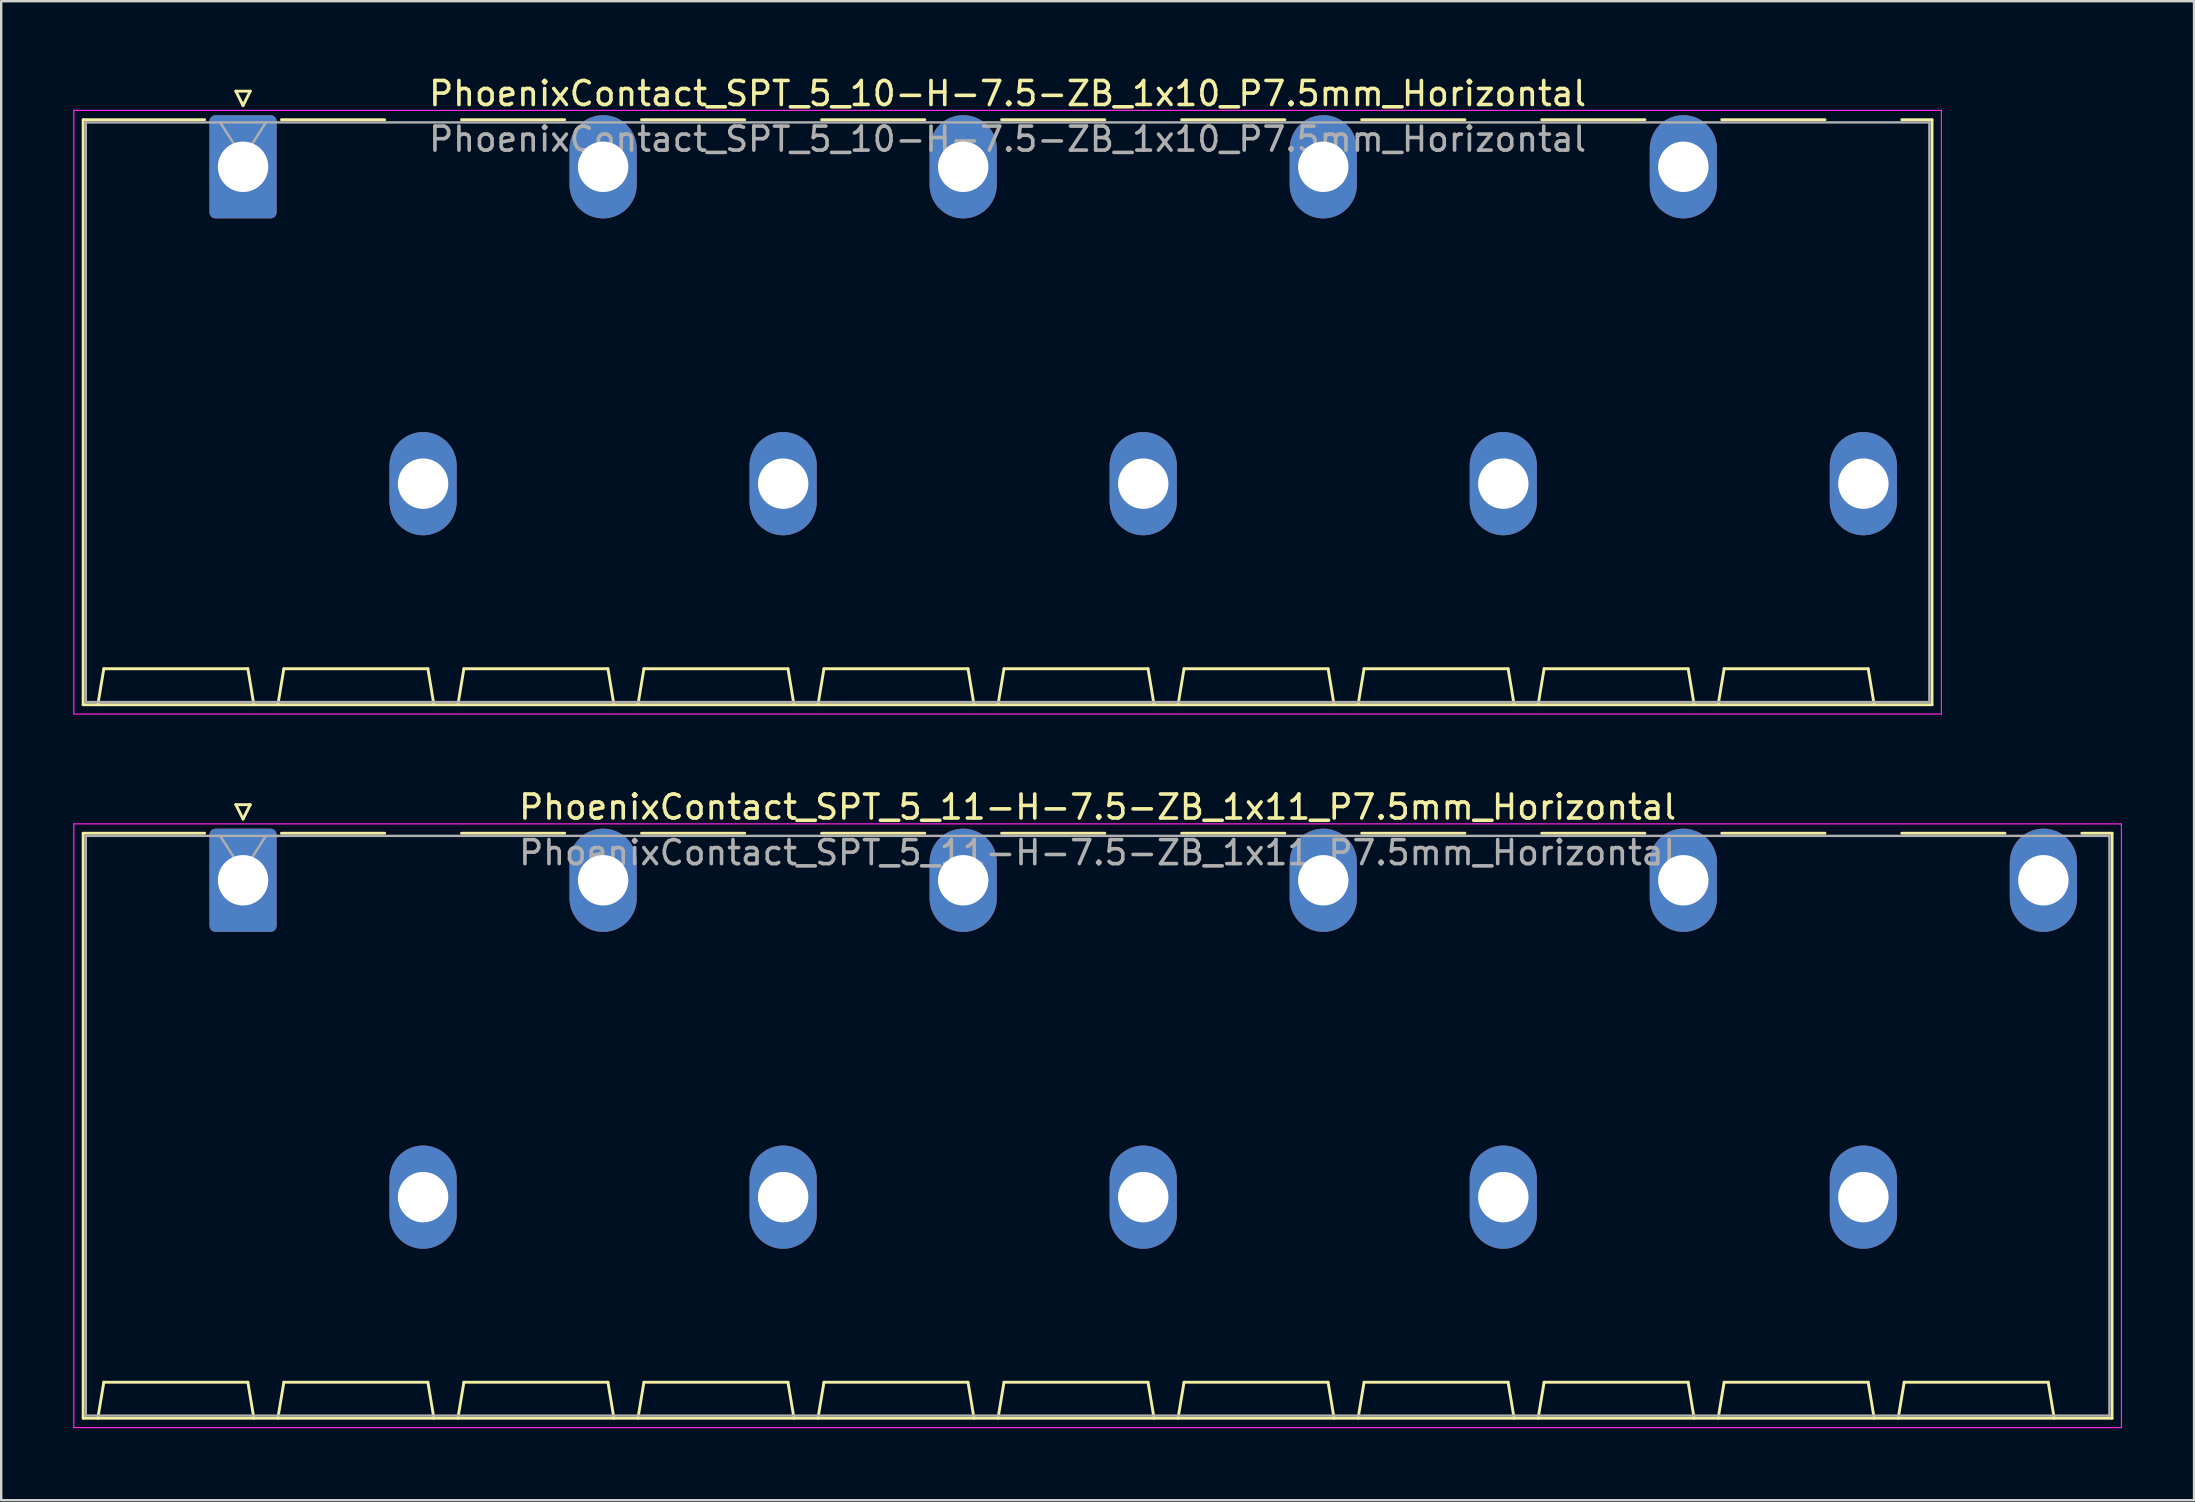
<source format=kicad_pcb>
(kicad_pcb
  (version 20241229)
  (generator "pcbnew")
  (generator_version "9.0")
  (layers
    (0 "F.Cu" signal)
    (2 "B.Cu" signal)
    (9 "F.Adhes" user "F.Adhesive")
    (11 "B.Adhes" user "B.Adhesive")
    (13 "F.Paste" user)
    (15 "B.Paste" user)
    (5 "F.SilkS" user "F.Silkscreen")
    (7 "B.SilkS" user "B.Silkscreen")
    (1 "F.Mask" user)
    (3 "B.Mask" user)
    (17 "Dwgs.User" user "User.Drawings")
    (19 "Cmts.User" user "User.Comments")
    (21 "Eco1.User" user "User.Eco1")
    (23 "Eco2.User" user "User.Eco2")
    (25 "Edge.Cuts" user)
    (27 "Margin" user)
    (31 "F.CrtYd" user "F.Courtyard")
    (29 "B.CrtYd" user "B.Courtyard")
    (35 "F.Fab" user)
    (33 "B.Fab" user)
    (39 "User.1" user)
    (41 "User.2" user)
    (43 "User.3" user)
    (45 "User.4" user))
  (footprint "PhoenixContact_SPT_5_11-H-7.5-ZB_1x11_P7.5mm_Horizontal"
    (layer "F.Cu")
    (at 7.075 33.621)
    (property "Reference" "PhoenixContact_SPT_5_11-H-7.5-ZB_1x11_P7.5mm_Horizontal" (at 35.6 -3.05 0) (layer "F.SilkS") (effects (font (size 1 1) (thickness 0.15))))
    (attr through_hole)
    (fp_line (start -6.66 -1.96) (end -1.6 -1.96) (stroke (width 0.12) (type solid)) (layer "F.SilkS"))
    (fp_line (start -6.66 22.41) (end -6.66 -1.96) (stroke (width 0.12) (type solid)) (layer "F.SilkS"))
    (fp_line (start -6.05 22.41) (end -5.8 20.91) (stroke (width 0.12) (type solid)) (layer "F.SilkS"))
    (fp_line (start -5.8 20.91) (end 0.2 20.91) (stroke (width 0.12) (type solid)) (layer "F.SilkS"))
    (fp_line (start -0.3 -3.15) (end 0 -2.55) (stroke (width 0.12) (type solid)) (layer "F.SilkS"))
    (fp_line (start -0.3 -3.15) (end 0.3 -3.15) (stroke (width 0.12) (type solid)) (layer "F.SilkS"))
    (fp_line (start 0.3 -3.15) (end 0 -2.55) (stroke (width 0.12) (type solid)) (layer "F.SilkS"))
    (fp_line (start 0.45 22.41) (end 0.2 20.91) (stroke (width 0.12) (type solid)) (layer "F.SilkS"))
    (fp_line (start 1.45 22.41) (end 1.7 20.91) (stroke (width 0.12) (type solid)) (layer "F.SilkS"))
    (fp_line (start 1.6 -1.96) (end 5.9 -1.96) (stroke (width 0.12) (type solid)) (layer "F.SilkS"))
    (fp_line (start 1.7 20.91) (end 7.7 20.91) (stroke (width 0.12) (type solid)) (layer "F.SilkS"))
    (fp_line (start 7.95 22.41) (end 7.7 20.91) (stroke (width 0.12) (type solid)) (layer "F.SilkS"))
    (fp_line (start 8.95 22.41) (end 9.2 20.91) (stroke (width 0.12) (type solid)) (layer "F.SilkS"))
    (fp_line (start 9.1 -1.96) (end 13.4 -1.96) (stroke (width 0.12) (type solid)) (layer "F.SilkS"))
    (fp_line (start 9.2 20.91) (end 15.2 20.91) (stroke (width 0.12) (type solid)) (layer "F.SilkS"))
    (fp_line (start 15.45 22.41) (end 15.2 20.91) (stroke (width 0.12) (type solid)) (layer "F.SilkS"))
    (fp_line (start 16.45 22.41) (end 16.7 20.91) (stroke (width 0.12) (type solid)) (layer "F.SilkS"))
    (fp_line (start 16.6 -1.96) (end 20.9 -1.96) (stroke (width 0.12) (type solid)) (layer "F.SilkS"))
    (fp_line (start 16.7 20.91) (end 22.7 20.91) (stroke (width 0.12) (type solid)) (layer "F.SilkS"))
    (fp_line (start 22.95 22.41) (end 22.7 20.91) (stroke (width 0.12) (type solid)) (layer "F.SilkS"))
    (fp_line (start 23.95 22.41) (end 24.2 20.91) (stroke (width 0.12) (type solid)) (layer "F.SilkS"))
    (fp_line (start 24.1 -1.96) (end 28.4 -1.96) (stroke (width 0.12) (type solid)) (layer "F.SilkS"))
    (fp_line (start 24.2 20.91) (end 30.2 20.91) (stroke (width 0.12) (type solid)) (layer "F.SilkS"))
    (fp_line (start 30.45 22.41) (end 30.2 20.91) (stroke (width 0.12) (type solid)) (layer "F.SilkS"))
    (fp_line (start 31.45 22.41) (end 31.7 20.91) (stroke (width 0.12) (type solid)) (layer "F.SilkS"))
    (fp_line (start 31.6 -1.96) (end 35.9 -1.96) (stroke (width 0.12) (type solid)) (layer "F.SilkS"))
    (fp_line (start 31.7 20.91) (end 37.7 20.91) (stroke (width 0.12) (type solid)) (layer "F.SilkS"))
    (fp_line (start 37.95 22.41) (end 37.7 20.91) (stroke (width 0.12) (type solid)) (layer "F.SilkS"))
    (fp_line (start 38.95 22.41) (end 39.2 20.91) (stroke (width 0.12) (type solid)) (layer "F.SilkS"))
    (fp_line (start 39.1 -1.96) (end 43.4 -1.96) (stroke (width 0.12) (type solid)) (layer "F.SilkS"))
    (fp_line (start 39.2 20.91) (end 45.2 20.91) (stroke (width 0.12) (type solid)) (layer "F.SilkS"))
    (fp_line (start 45.45 22.41) (end 45.2 20.91) (stroke (width 0.12) (type solid)) (layer "F.SilkS"))
    (fp_line (start 46.45 22.41) (end 46.7 20.91) (stroke (width 0.12) (type solid)) (layer "F.SilkS"))
    (fp_line (start 46.6 -1.96) (end 50.9 -1.96) (stroke (width 0.12) (type solid)) (layer "F.SilkS"))
    (fp_line (start 46.7 20.91) (end 52.7 20.91) (stroke (width 0.12) (type solid)) (layer "F.SilkS"))
    (fp_line (start 52.95 22.41) (end 52.7 20.91) (stroke (width 0.12) (type solid)) (layer "F.SilkS"))
    (fp_line (start 53.95 22.41) (end 54.2 20.91) (stroke (width 0.12) (type solid)) (layer "F.SilkS"))
    (fp_line (start 54.1 -1.96) (end 58.4 -1.96) (stroke (width 0.12) (type solid)) (layer "F.SilkS"))
    (fp_line (start 54.2 20.91) (end 60.2 20.91) (stroke (width 0.12) (type solid)) (layer "F.SilkS"))
    (fp_line (start 60.45 22.41) (end 60.2 20.91) (stroke (width 0.12) (type solid)) (layer "F.SilkS"))
    (fp_line (start 61.45 22.41) (end 61.7 20.91) (stroke (width 0.12) (type solid)) (layer "F.SilkS"))
    (fp_line (start 61.6 -1.96) (end 65.9 -1.96) (stroke (width 0.12) (type solid)) (layer "F.SilkS"))
    (fp_line (start 61.7 20.91) (end 67.7 20.91) (stroke (width 0.12) (type solid)) (layer "F.SilkS"))
    (fp_line (start 67.95 22.41) (end 67.7 20.91) (stroke (width 0.12) (type solid)) (layer "F.SilkS"))
    (fp_line (start 68.95 22.41) (end 69.2 20.91) (stroke (width 0.12) (type solid)) (layer "F.SilkS"))
    (fp_line (start 69.1 -1.96) (end 73.4 -1.96) (stroke (width 0.12) (type solid)) (layer "F.SilkS"))
    (fp_line (start 69.2 20.91) (end 75.2 20.91) (stroke (width 0.12) (type solid)) (layer "F.SilkS"))
    (fp_line (start 75.45 22.41) (end 75.2 20.91) (stroke (width 0.12) (type solid)) (layer "F.SilkS"))
    (fp_line (start 76.6 -1.96) (end 77.86 -1.96) (stroke (width 0.12) (type solid)) (layer "F.SilkS"))
    (fp_line (start 77.86 -1.96) (end 77.86 22.41) (stroke (width 0.12) (type solid)) (layer "F.SilkS"))
    (fp_line (start 77.86 22.41) (end -6.66 22.41) (stroke (width 0.12) (type solid)) (layer "F.SilkS"))
    (fp_line (start -7.05 -2.35) (end -7.05 22.8) (stroke (width 0.05) (type solid)) (layer "F.CrtYd"))
    (fp_line (start -7.05 22.8) (end 78.25 22.8) (stroke (width 0.05) (type solid)) (layer "F.CrtYd"))
    (fp_line (start 78.25 -2.35) (end -7.05 -2.35) (stroke (width 0.05) (type solid)) (layer "F.CrtYd"))
    (fp_line (start 78.25 22.8) (end 78.25 -2.35) (stroke (width 0.05) (type solid)) (layer "F.CrtYd"))
    (fp_line (start -6.55 -1.85) (end -6.55 22.3) (stroke (width 0.1) (type solid)) (layer "F.Fab"))
    (fp_line (start -6.55 22.3) (end 77.75 22.3) (stroke (width 0.1) (type solid)) (layer "F.Fab"))
    (fp_line (start -0.95 -1.85) (end 0 -0.35) (stroke (width 0.1) (type solid)) (layer "F.Fab"))
    (fp_line (start 0.95 -1.85) (end 0 -0.35) (stroke (width 0.1) (type solid)) (layer "F.Fab"))
    (fp_line (start 77.75 -1.85) (end -6.55 -1.85) (stroke (width 0.1) (type solid)) (layer "F.Fab"))
    (fp_line (start 77.75 22.3) (end 77.75 -1.85) (stroke (width 0.1) (type solid)) (layer "F.Fab"))
    (fp_text user "${REFERENCE}" (at 35.6 -1.15 0) (layer "F.Fab") (effects (font (size 1 1) (thickness 0.15))))
    (pad "1" thru_hole roundrect (at 0 0) (size 2.8 4.3) (drill 2.1) (layers "*.Cu" "*.Mask") (roundrect_rratio 0.089))
    (pad "2" thru_hole oval (at 7.5 13.2) (size 2.8 4.3) (drill 2.1) (layers "*.Cu" "*.Mask"))
    (pad "3" thru_hole oval (at 15 0) (size 2.8 4.3) (drill 2.1) (layers "*.Cu" "*.Mask"))
    (pad "4" thru_hole oval (at 22.5 13.2) (size 2.8 4.3) (drill 2.1) (layers "*.Cu" "*.Mask"))
    (pad "5" thru_hole oval (at 30 0) (size 2.8 4.3) (drill 2.1) (layers "*.Cu" "*.Mask"))
    (pad "6" thru_hole oval (at 37.5 13.2) (size 2.8 4.3) (drill 2.1) (layers "*.Cu" "*.Mask"))
    (pad "7" thru_hole oval (at 45 0) (size 2.8 4.3) (drill 2.1) (layers "*.Cu" "*.Mask"))
    (pad "8" thru_hole oval (at 52.5 13.2) (size 2.8 4.3) (drill 2.1) (layers "*.Cu" "*.Mask"))
    (pad "9" thru_hole oval (at 60 0) (size 2.8 4.3) (drill 2.1) (layers "*.Cu" "*.Mask"))
    (pad "10" thru_hole oval (at 67.5 13.2) (size 2.8 4.3) (drill 2.1) (layers "*.Cu" "*.Mask"))
    (pad "11" thru_hole oval (at 75 0) (size 2.8 4.3) (drill 2.1) (layers "*.Cu" "*.Mask")))
  (footprint "PhoenixContact_SPT_5_10-H-7.5-ZB_1x10_P7.5mm_Horizontal"
    (layer "F.Cu")
    (at 7.075 3.898)
    (property "Reference" "PhoenixContact_SPT_5_10-H-7.5-ZB_1x10_P7.5mm_Horizontal" (at 31.85 -3.05 0) (layer "F.SilkS") (effects (font (size 1 1) (thickness 0.15))))
    (attr through_hole)
    (fp_line (start -6.66 -1.96) (end -1.6 -1.96) (stroke (width 0.12) (type solid)) (layer "F.SilkS"))
    (fp_line (start -6.66 22.41) (end -6.66 -1.96) (stroke (width 0.12) (type solid)) (layer "F.SilkS"))
    (fp_line (start -6.05 22.41) (end -5.8 20.91) (stroke (width 0.12) (type solid)) (layer "F.SilkS"))
    (fp_line (start -5.8 20.91) (end 0.2 20.91) (stroke (width 0.12) (type solid)) (layer "F.SilkS"))
    (fp_line (start -0.3 -3.15) (end 0 -2.55) (stroke (width 0.12) (type solid)) (layer "F.SilkS"))
    (fp_line (start -0.3 -3.15) (end 0.3 -3.15) (stroke (width 0.12) (type solid)) (layer "F.SilkS"))
    (fp_line (start 0.3 -3.15) (end 0 -2.55) (stroke (width 0.12) (type solid)) (layer "F.SilkS"))
    (fp_line (start 0.45 22.41) (end 0.2 20.91) (stroke (width 0.12) (type solid)) (layer "F.SilkS"))
    (fp_line (start 1.45 22.41) (end 1.7 20.91) (stroke (width 0.12) (type solid)) (layer "F.SilkS"))
    (fp_line (start 1.6 -1.96) (end 5.9 -1.96) (stroke (width 0.12) (type solid)) (layer "F.SilkS"))
    (fp_line (start 1.7 20.91) (end 7.7 20.91) (stroke (width 0.12) (type solid)) (layer "F.SilkS"))
    (fp_line (start 7.95 22.41) (end 7.7 20.91) (stroke (width 0.12) (type solid)) (layer "F.SilkS"))
    (fp_line (start 8.95 22.41) (end 9.2 20.91) (stroke (width 0.12) (type solid)) (layer "F.SilkS"))
    (fp_line (start 9.1 -1.96) (end 13.4 -1.96) (stroke (width 0.12) (type solid)) (layer "F.SilkS"))
    (fp_line (start 9.2 20.91) (end 15.2 20.91) (stroke (width 0.12) (type solid)) (layer "F.SilkS"))
    (fp_line (start 15.45 22.41) (end 15.2 20.91) (stroke (width 0.12) (type solid)) (layer "F.SilkS"))
    (fp_line (start 16.45 22.41) (end 16.7 20.91) (stroke (width 0.12) (type solid)) (layer "F.SilkS"))
    (fp_line (start 16.6 -1.96) (end 20.9 -1.96) (stroke (width 0.12) (type solid)) (layer "F.SilkS"))
    (fp_line (start 16.7 20.91) (end 22.7 20.91) (stroke (width 0.12) (type solid)) (layer "F.SilkS"))
    (fp_line (start 22.95 22.41) (end 22.7 20.91) (stroke (width 0.12) (type solid)) (layer "F.SilkS"))
    (fp_line (start 23.95 22.41) (end 24.2 20.91) (stroke (width 0.12) (type solid)) (layer "F.SilkS"))
    (fp_line (start 24.1 -1.96) (end 28.4 -1.96) (stroke (width 0.12) (type solid)) (layer "F.SilkS"))
    (fp_line (start 24.2 20.91) (end 30.2 20.91) (stroke (width 0.12) (type solid)) (layer "F.SilkS"))
    (fp_line (start 30.45 22.41) (end 30.2 20.91) (stroke (width 0.12) (type solid)) (layer "F.SilkS"))
    (fp_line (start 31.45 22.41) (end 31.7 20.91) (stroke (width 0.12) (type solid)) (layer "F.SilkS"))
    (fp_line (start 31.6 -1.96) (end 35.9 -1.96) (stroke (width 0.12) (type solid)) (layer "F.SilkS"))
    (fp_line (start 31.7 20.91) (end 37.7 20.91) (stroke (width 0.12) (type solid)) (layer "F.SilkS"))
    (fp_line (start 37.95 22.41) (end 37.7 20.91) (stroke (width 0.12) (type solid)) (layer "F.SilkS"))
    (fp_line (start 38.95 22.41) (end 39.2 20.91) (stroke (width 0.12) (type solid)) (layer "F.SilkS"))
    (fp_line (start 39.1 -1.96) (end 43.4 -1.96) (stroke (width 0.12) (type solid)) (layer "F.SilkS"))
    (fp_line (start 39.2 20.91) (end 45.2 20.91) (stroke (width 0.12) (type solid)) (layer "F.SilkS"))
    (fp_line (start 45.45 22.41) (end 45.2 20.91) (stroke (width 0.12) (type solid)) (layer "F.SilkS"))
    (fp_line (start 46.45 22.41) (end 46.7 20.91) (stroke (width 0.12) (type solid)) (layer "F.SilkS"))
    (fp_line (start 46.6 -1.96) (end 50.9 -1.96) (stroke (width 0.12) (type solid)) (layer "F.SilkS"))
    (fp_line (start 46.7 20.91) (end 52.7 20.91) (stroke (width 0.12) (type solid)) (layer "F.SilkS"))
    (fp_line (start 52.95 22.41) (end 52.7 20.91) (stroke (width 0.12) (type solid)) (layer "F.SilkS"))
    (fp_line (start 53.95 22.41) (end 54.2 20.91) (stroke (width 0.12) (type solid)) (layer "F.SilkS"))
    (fp_line (start 54.1 -1.96) (end 58.4 -1.96) (stroke (width 0.12) (type solid)) (layer "F.SilkS"))
    (fp_line (start 54.2 20.91) (end 60.2 20.91) (stroke (width 0.12) (type solid)) (layer "F.SilkS"))
    (fp_line (start 60.45 22.41) (end 60.2 20.91) (stroke (width 0.12) (type solid)) (layer "F.SilkS"))
    (fp_line (start 61.45 22.41) (end 61.7 20.91) (stroke (width 0.12) (type solid)) (layer "F.SilkS"))
    (fp_line (start 61.6 -1.96) (end 65.9 -1.96) (stroke (width 0.12) (type solid)) (layer "F.SilkS"))
    (fp_line (start 61.7 20.91) (end 67.7 20.91) (stroke (width 0.12) (type solid)) (layer "F.SilkS"))
    (fp_line (start 67.95 22.41) (end 67.7 20.91) (stroke (width 0.12) (type solid)) (layer "F.SilkS"))
    (fp_line (start 69.1 -1.96) (end 70.36 -1.96) (stroke (width 0.12) (type solid)) (layer "F.SilkS"))
    (fp_line (start 70.36 -1.96) (end 70.36 22.41) (stroke (width 0.12) (type solid)) (layer "F.SilkS"))
    (fp_line (start 70.36 22.41) (end -6.66 22.41) (stroke (width 0.12) (type solid)) (layer "F.SilkS"))
    (fp_line (start -7.05 -2.35) (end -7.05 22.8) (stroke (width 0.05) (type solid)) (layer "F.CrtYd"))
    (fp_line (start -7.05 22.8) (end 70.75 22.8) (stroke (width 0.05) (type solid)) (layer "F.CrtYd"))
    (fp_line (start 70.75 -2.35) (end -7.05 -2.35) (stroke (width 0.05) (type solid)) (layer "F.CrtYd"))
    (fp_line (start 70.75 22.8) (end 70.75 -2.35) (stroke (width 0.05) (type solid)) (layer "F.CrtYd"))
    (fp_line (start -6.55 -1.85) (end -6.55 22.3) (stroke (width 0.1) (type solid)) (layer "F.Fab"))
    (fp_line (start -6.55 22.3) (end 70.25 22.3) (stroke (width 0.1) (type solid)) (layer "F.Fab"))
    (fp_line (start -0.95 -1.85) (end 0 -0.35) (stroke (width 0.1) (type solid)) (layer "F.Fab"))
    (fp_line (start 0.95 -1.85) (end 0 -0.35) (stroke (width 0.1) (type solid)) (layer "F.Fab"))
    (fp_line (start 70.25 -1.85) (end -6.55 -1.85) (stroke (width 0.1) (type solid)) (layer "F.Fab"))
    (fp_line (start 70.25 22.3) (end 70.25 -1.85) (stroke (width 0.1) (type solid)) (layer "F.Fab"))
    (fp_text user "${REFERENCE}" (at 31.85 -1.15 0) (layer "F.Fab") (effects (font (size 1 1) (thickness 0.15))))
    (pad "1" thru_hole roundrect (at 0 0) (size 2.8 4.3) (drill 2.1) (layers "*.Cu" "*.Mask") (roundrect_rratio 0.089))
    (pad "2" thru_hole oval (at 7.5 13.2) (size 2.8 4.3) (drill 2.1) (layers "*.Cu" "*.Mask"))
    (pad "3" thru_hole oval (at 15 0) (size 2.8 4.3) (drill 2.1) (layers "*.Cu" "*.Mask"))
    (pad "4" thru_hole oval (at 22.5 13.2) (size 2.8 4.3) (drill 2.1) (layers "*.Cu" "*.Mask"))
    (pad "5" thru_hole oval (at 30 0) (size 2.8 4.3) (drill 2.1) (layers "*.Cu" "*.Mask"))
    (pad "6" thru_hole oval (at 37.5 13.2) (size 2.8 4.3) (drill 2.1) (layers "*.Cu" "*.Mask"))
    (pad "7" thru_hole oval (at 45 0) (size 2.8 4.3) (drill 2.1) (layers "*.Cu" "*.Mask"))
    (pad "8" thru_hole oval (at 52.5 13.2) (size 2.8 4.3) (drill 2.1) (layers "*.Cu" "*.Mask"))
    (pad "9" thru_hole oval (at 60 0) (size 2.8 4.3) (drill 2.1) (layers "*.Cu" "*.Mask"))
    (pad "10" thru_hole oval (at 67.5 13.2) (size 2.8 4.3) (drill 2.1) (layers "*.Cu" "*.Mask")))
  (gr_rect
    (start -3 -3)
    (end 88.35 59.447)
    (stroke (width 0.1) (type default))
    (fill no)
    (layer "Edge.Cuts")))
</source>
